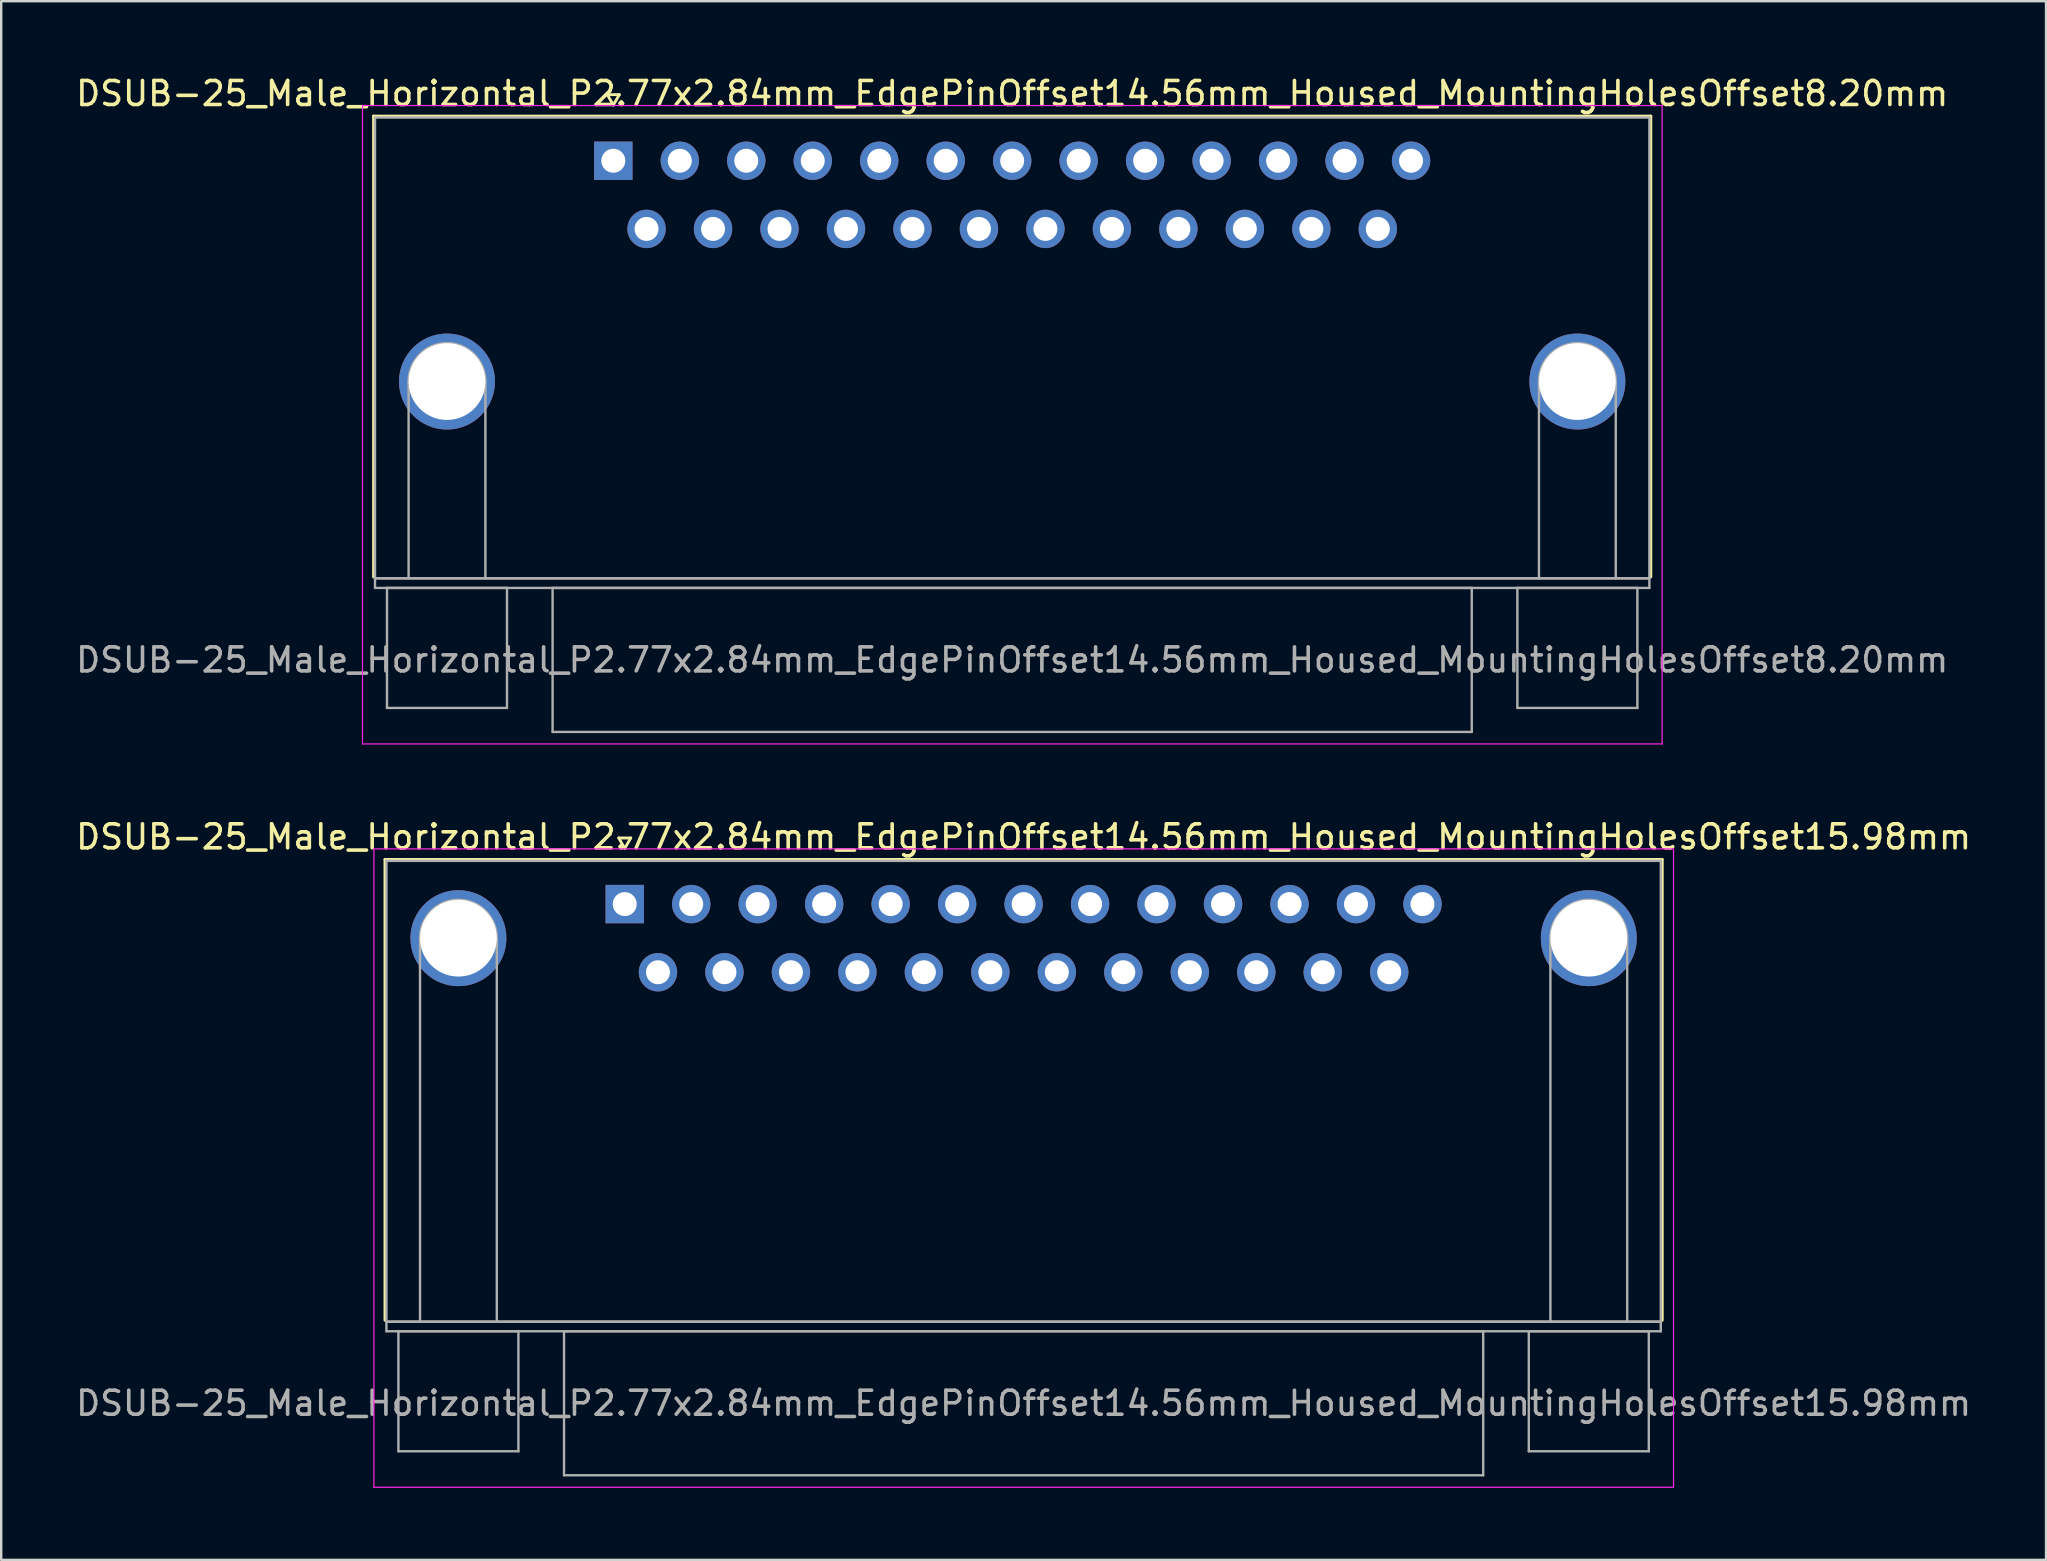
<source format=kicad_pcb>
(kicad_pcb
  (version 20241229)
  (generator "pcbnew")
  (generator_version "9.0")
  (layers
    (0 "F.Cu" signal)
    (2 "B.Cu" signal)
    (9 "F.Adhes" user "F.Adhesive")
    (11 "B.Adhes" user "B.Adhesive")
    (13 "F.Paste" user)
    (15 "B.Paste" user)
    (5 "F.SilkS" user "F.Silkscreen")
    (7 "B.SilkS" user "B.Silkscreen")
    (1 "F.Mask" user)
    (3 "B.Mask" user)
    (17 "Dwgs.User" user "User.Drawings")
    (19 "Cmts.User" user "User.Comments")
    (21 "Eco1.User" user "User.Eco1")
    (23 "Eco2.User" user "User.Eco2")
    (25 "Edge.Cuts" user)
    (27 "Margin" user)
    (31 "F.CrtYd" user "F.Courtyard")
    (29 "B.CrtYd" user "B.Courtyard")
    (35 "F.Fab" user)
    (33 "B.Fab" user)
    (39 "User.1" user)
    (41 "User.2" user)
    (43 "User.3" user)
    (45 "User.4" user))
  (footprint "DSUB-25_Male_Horizontal_P2.77x2.84mm_EdgePinOffset14.56mm_Housed_MountingHolesOffset15.98mm"
    (layer "F.Cu")
    (at 22.981 34.621)
    (property "Reference" "DSUB-25_Male_Horizontal_P2.77x2.84mm_EdgePinOffset14.56mm_Housed_MountingHolesOffset15.98mm" (at 16.62 -2.8 0) (layer "F.SilkS") (effects (font (size 1 1) (thickness 0.15))))
    (attr through_hole)
    (fp_line (start -9.99 -1.86) (end 43.23 -1.86) (stroke (width 0.12) (type solid)) (layer "F.SilkS"))
    (fp_line (start -9.99 17.34) (end -9.99 -1.86) (stroke (width 0.12) (type solid)) (layer "F.SilkS"))
    (fp_line (start -0.25 -2.754) (end 0.25 -2.754) (stroke (width 0.12) (type solid)) (layer "F.SilkS"))
    (fp_line (start 0 -2.321) (end -0.25 -2.754) (stroke (width 0.12) (type solid)) (layer "F.SilkS"))
    (fp_line (start 0.25 -2.754) (end 0 -2.321) (stroke (width 0.12) (type solid)) (layer "F.SilkS"))
    (fp_line (start 43.23 -1.86) (end 43.23 17.34) (stroke (width 0.12) (type solid)) (layer "F.SilkS"))
    (fp_line (start -10.45 -2.3) (end -10.45 24.3) (stroke (width 0.05) (type solid)) (layer "F.CrtYd"))
    (fp_line (start -10.45 24.3) (end 43.7 24.3) (stroke (width 0.05) (type solid)) (layer "F.CrtYd"))
    (fp_line (start 43.7 -2.3) (end -10.45 -2.3) (stroke (width 0.05) (type solid)) (layer "F.CrtYd"))
    (fp_line (start 43.7 24.3) (end 43.7 -2.3) (stroke (width 0.05) (type solid)) (layer "F.CrtYd"))
    (fp_line (start -9.93 -1.8) (end -9.93 17.4) (stroke (width 0.1) (type solid)) (layer "F.Fab"))
    (fp_line (start -9.93 17.4) (end -9.93 17.8) (stroke (width 0.1) (type solid)) (layer "F.Fab"))
    (fp_line (start -9.93 17.4) (end 43.17 17.4) (stroke (width 0.1) (type solid)) (layer "F.Fab"))
    (fp_line (start -9.93 17.8) (end 43.17 17.8) (stroke (width 0.1) (type solid)) (layer "F.Fab"))
    (fp_line (start -9.43 17.8) (end -9.43 22.8) (stroke (width 0.1) (type solid)) (layer "F.Fab"))
    (fp_line (start -9.43 22.8) (end -4.43 22.8) (stroke (width 0.1) (type solid)) (layer "F.Fab"))
    (fp_line (start -8.53 17.4) (end -8.53 1.42) (stroke (width 0.1) (type solid)) (layer "F.Fab"))
    (fp_line (start -5.33 17.4) (end -5.33 1.42) (stroke (width 0.1) (type solid)) (layer "F.Fab"))
    (fp_line (start -4.43 17.8) (end -9.43 17.8) (stroke (width 0.1) (type solid)) (layer "F.Fab"))
    (fp_line (start -4.43 22.8) (end -4.43 17.8) (stroke (width 0.1) (type solid)) (layer "F.Fab"))
    (fp_line (start -2.53 17.8) (end -2.53 23.8) (stroke (width 0.1) (type solid)) (layer "F.Fab"))
    (fp_line (start -2.53 23.8) (end 35.77 23.8) (stroke (width 0.1) (type solid)) (layer "F.Fab"))
    (fp_line (start 35.77 17.8) (end -2.53 17.8) (stroke (width 0.1) (type solid)) (layer "F.Fab"))
    (fp_line (start 35.77 23.8) (end 35.77 17.8) (stroke (width 0.1) (type solid)) (layer "F.Fab"))
    (fp_line (start 37.67 17.8) (end 37.67 22.8) (stroke (width 0.1) (type solid)) (layer "F.Fab"))
    (fp_line (start 37.67 22.8) (end 42.67 22.8) (stroke (width 0.1) (type solid)) (layer "F.Fab"))
    (fp_line (start 38.57 17.4) (end 38.57 1.42) (stroke (width 0.1) (type solid)) (layer "F.Fab"))
    (fp_line (start 41.77 17.4) (end 41.77 1.42) (stroke (width 0.1) (type solid)) (layer "F.Fab"))
    (fp_line (start 42.67 17.8) (end 37.67 17.8) (stroke (width 0.1) (type solid)) (layer "F.Fab"))
    (fp_line (start 42.67 22.8) (end 42.67 17.8) (stroke (width 0.1) (type solid)) (layer "F.Fab"))
    (fp_line (start 43.17 -1.8) (end -9.93 -1.8) (stroke (width 0.1) (type solid)) (layer "F.Fab"))
    (fp_line (start 43.17 17.4) (end -9.93 17.4) (stroke (width 0.1) (type solid)) (layer "F.Fab"))
    (fp_line (start 43.17 17.4) (end 43.17 -1.8) (stroke (width 0.1) (type solid)) (layer "F.Fab"))
    (fp_line (start 43.17 17.8) (end 43.17 17.4) (stroke (width 0.1) (type solid)) (layer "F.Fab"))
    (fp_arc (start -8.53 1.42) (mid -6.93 -0.18) (end -5.33 1.42) (stroke (width 0.1) (type solid)) (layer "F.Fab"))
    (fp_arc (start 38.57 1.42) (mid 40.17 -0.18) (end 41.77 1.42) (stroke (width 0.1) (type solid)) (layer "F.Fab"))
    (fp_text user "${REFERENCE}" (at 16.62 20.8 0) (layer "F.Fab") (effects (font (size 1 1) (thickness 0.15))))
    (pad "0" thru_hole circle (at -6.93 1.42) (size 4 4) (drill 3.2) (layers "*.Cu" "*.Mask"))
    (pad "0" thru_hole circle (at 40.17 1.42) (size 4 4) (drill 3.2) (layers "*.Cu" "*.Mask"))
    (pad "1" thru_hole rect (at 0 0) (size 1.6 1.6) (drill 1) (layers "*.Cu" "*.Mask"))
    (pad "2" thru_hole circle (at 2.77 0) (size 1.6 1.6) (drill 1) (layers "*.Cu" "*.Mask"))
    (pad "3" thru_hole circle (at 5.54 0) (size 1.6 1.6) (drill 1) (layers "*.Cu" "*.Mask"))
    (pad "4" thru_hole circle (at 8.31 0) (size 1.6 1.6) (drill 1) (layers "*.Cu" "*.Mask"))
    (pad "5" thru_hole circle (at 11.08 0) (size 1.6 1.6) (drill 1) (layers "*.Cu" "*.Mask"))
    (pad "6" thru_hole circle (at 13.85 0) (size 1.6 1.6) (drill 1) (layers "*.Cu" "*.Mask"))
    (pad "7" thru_hole circle (at 16.62 0) (size 1.6 1.6) (drill 1) (layers "*.Cu" "*.Mask"))
    (pad "8" thru_hole circle (at 19.39 0) (size 1.6 1.6) (drill 1) (layers "*.Cu" "*.Mask"))
    (pad "9" thru_hole circle (at 22.16 0) (size 1.6 1.6) (drill 1) (layers "*.Cu" "*.Mask"))
    (pad "10" thru_hole circle (at 24.93 0) (size 1.6 1.6) (drill 1) (layers "*.Cu" "*.Mask"))
    (pad "11" thru_hole circle (at 27.7 0) (size 1.6 1.6) (drill 1) (layers "*.Cu" "*.Mask"))
    (pad "12" thru_hole circle (at 30.47 0) (size 1.6 1.6) (drill 1) (layers "*.Cu" "*.Mask"))
    (pad "13" thru_hole circle (at 33.24 0) (size 1.6 1.6) (drill 1) (layers "*.Cu" "*.Mask"))
    (pad "14" thru_hole circle (at 1.385 2.84) (size 1.6 1.6) (drill 1) (layers "*.Cu" "*.Mask"))
    (pad "15" thru_hole circle (at 4.155 2.84) (size 1.6 1.6) (drill 1) (layers "*.Cu" "*.Mask"))
    (pad "16" thru_hole circle (at 6.925 2.84) (size 1.6 1.6) (drill 1) (layers "*.Cu" "*.Mask"))
    (pad "17" thru_hole circle (at 9.695 2.84) (size 1.6 1.6) (drill 1) (layers "*.Cu" "*.Mask"))
    (pad "18" thru_hole circle (at 12.465 2.84) (size 1.6 1.6) (drill 1) (layers "*.Cu" "*.Mask"))
    (pad "19" thru_hole circle (at 15.235 2.84) (size 1.6 1.6) (drill 1) (layers "*.Cu" "*.Mask"))
    (pad "20" thru_hole circle (at 18.005 2.84) (size 1.6 1.6) (drill 1) (layers "*.Cu" "*.Mask"))
    (pad "21" thru_hole circle (at 20.775 2.84) (size 1.6 1.6) (drill 1) (layers "*.Cu" "*.Mask"))
    (pad "22" thru_hole circle (at 23.545 2.84) (size 1.6 1.6) (drill 1) (layers "*.Cu" "*.Mask"))
    (pad "23" thru_hole circle (at 26.315 2.84) (size 1.6 1.6) (drill 1) (layers "*.Cu" "*.Mask"))
    (pad "24" thru_hole circle (at 29.085 2.84) (size 1.6 1.6) (drill 1) (layers "*.Cu" "*.Mask"))
    (pad "25" thru_hole circle (at 31.855 2.84) (size 1.6 1.6) (drill 1) (layers "*.Cu" "*.Mask")))
  (footprint "DSUB-25_Male_Horizontal_P2.77x2.84mm_EdgePinOffset14.56mm_Housed_MountingHolesOffset8.20mm"
    (layer "F.Cu")
    (at 22.505 3.648)
    (property "Reference" "DSUB-25_Male_Horizontal_P2.77x2.84mm_EdgePinOffset14.56mm_Housed_MountingHolesOffset8.20mm" (at 16.62 -2.8 0) (layer "F.SilkS") (effects (font (size 1 1) (thickness 0.15))))
    (attr through_hole)
    (fp_line (start -9.99 -1.86) (end 43.23 -1.86) (stroke (width 0.12) (type solid)) (layer "F.SilkS"))
    (fp_line (start -9.99 17.34) (end -9.99 -1.86) (stroke (width 0.12) (type solid)) (layer "F.SilkS"))
    (fp_line (start -0.25 -2.754) (end 0.25 -2.754) (stroke (width 0.12) (type solid)) (layer "F.SilkS"))
    (fp_line (start 0 -2.321) (end -0.25 -2.754) (stroke (width 0.12) (type solid)) (layer "F.SilkS"))
    (fp_line (start 0.25 -2.754) (end 0 -2.321) (stroke (width 0.12) (type solid)) (layer "F.SilkS"))
    (fp_line (start 43.23 -1.86) (end 43.23 17.34) (stroke (width 0.12) (type solid)) (layer "F.SilkS"))
    (fp_line (start -10.45 -2.3) (end -10.45 24.3) (stroke (width 0.05) (type solid)) (layer "F.CrtYd"))
    (fp_line (start -10.45 24.3) (end 43.7 24.3) (stroke (width 0.05) (type solid)) (layer "F.CrtYd"))
    (fp_line (start 43.7 -2.3) (end -10.45 -2.3) (stroke (width 0.05) (type solid)) (layer "F.CrtYd"))
    (fp_line (start 43.7 24.3) (end 43.7 -2.3) (stroke (width 0.05) (type solid)) (layer "F.CrtYd"))
    (fp_line (start -9.93 -1.8) (end -9.93 17.4) (stroke (width 0.1) (type solid)) (layer "F.Fab"))
    (fp_line (start -9.93 17.4) (end -9.93 17.8) (stroke (width 0.1) (type solid)) (layer "F.Fab"))
    (fp_line (start -9.93 17.4) (end 43.17 17.4) (stroke (width 0.1) (type solid)) (layer "F.Fab"))
    (fp_line (start -9.93 17.8) (end 43.17 17.8) (stroke (width 0.1) (type solid)) (layer "F.Fab"))
    (fp_line (start -9.43 17.8) (end -9.43 22.8) (stroke (width 0.1) (type solid)) (layer "F.Fab"))
    (fp_line (start -9.43 22.8) (end -4.43 22.8) (stroke (width 0.1) (type solid)) (layer "F.Fab"))
    (fp_line (start -8.53 17.4) (end -8.53 9.2) (stroke (width 0.1) (type solid)) (layer "F.Fab"))
    (fp_line (start -5.33 17.4) (end -5.33 9.2) (stroke (width 0.1) (type solid)) (layer "F.Fab"))
    (fp_line (start -4.43 17.8) (end -9.43 17.8) (stroke (width 0.1) (type solid)) (layer "F.Fab"))
    (fp_line (start -4.43 22.8) (end -4.43 17.8) (stroke (width 0.1) (type solid)) (layer "F.Fab"))
    (fp_line (start -2.53 17.8) (end -2.53 23.8) (stroke (width 0.1) (type solid)) (layer "F.Fab"))
    (fp_line (start -2.53 23.8) (end 35.77 23.8) (stroke (width 0.1) (type solid)) (layer "F.Fab"))
    (fp_line (start 35.77 17.8) (end -2.53 17.8) (stroke (width 0.1) (type solid)) (layer "F.Fab"))
    (fp_line (start 35.77 23.8) (end 35.77 17.8) (stroke (width 0.1) (type solid)) (layer "F.Fab"))
    (fp_line (start 37.67 17.8) (end 37.67 22.8) (stroke (width 0.1) (type solid)) (layer "F.Fab"))
    (fp_line (start 37.67 22.8) (end 42.67 22.8) (stroke (width 0.1) (type solid)) (layer "F.Fab"))
    (fp_line (start 38.57 17.4) (end 38.57 9.2) (stroke (width 0.1) (type solid)) (layer "F.Fab"))
    (fp_line (start 41.77 17.4) (end 41.77 9.2) (stroke (width 0.1) (type solid)) (layer "F.Fab"))
    (fp_line (start 42.67 17.8) (end 37.67 17.8) (stroke (width 0.1) (type solid)) (layer "F.Fab"))
    (fp_line (start 42.67 22.8) (end 42.67 17.8) (stroke (width 0.1) (type solid)) (layer "F.Fab"))
    (fp_line (start 43.17 -1.8) (end -9.93 -1.8) (stroke (width 0.1) (type solid)) (layer "F.Fab"))
    (fp_line (start 43.17 17.4) (end -9.93 17.4) (stroke (width 0.1) (type solid)) (layer "F.Fab"))
    (fp_line (start 43.17 17.4) (end 43.17 -1.8) (stroke (width 0.1) (type solid)) (layer "F.Fab"))
    (fp_line (start 43.17 17.8) (end 43.17 17.4) (stroke (width 0.1) (type solid)) (layer "F.Fab"))
    (fp_arc (start -8.53 9.2) (mid -6.93 7.6) (end -5.33 9.2) (stroke (width 0.1) (type solid)) (layer "F.Fab"))
    (fp_arc (start 38.57 9.2) (mid 40.17 7.6) (end 41.77 9.2) (stroke (width 0.1) (type solid)) (layer "F.Fab"))
    (fp_text user "${REFERENCE}" (at 16.62 20.8 0) (layer "F.Fab") (effects (font (size 1 1) (thickness 0.15))))
    (pad "0" thru_hole circle (at -6.93 9.2) (size 4 4) (drill 3.2) (layers "*.Cu" "*.Mask"))
    (pad "0" thru_hole circle (at 40.17 9.2) (size 4 4) (drill 3.2) (layers "*.Cu" "*.Mask"))
    (pad "1" thru_hole rect (at 0 0) (size 1.6 1.6) (drill 1) (layers "*.Cu" "*.Mask"))
    (pad "2" thru_hole circle (at 2.77 0) (size 1.6 1.6) (drill 1) (layers "*.Cu" "*.Mask"))
    (pad "3" thru_hole circle (at 5.54 0) (size 1.6 1.6) (drill 1) (layers "*.Cu" "*.Mask"))
    (pad "4" thru_hole circle (at 8.31 0) (size 1.6 1.6) (drill 1) (layers "*.Cu" "*.Mask"))
    (pad "5" thru_hole circle (at 11.08 0) (size 1.6 1.6) (drill 1) (layers "*.Cu" "*.Mask"))
    (pad "6" thru_hole circle (at 13.85 0) (size 1.6 1.6) (drill 1) (layers "*.Cu" "*.Mask"))
    (pad "7" thru_hole circle (at 16.62 0) (size 1.6 1.6) (drill 1) (layers "*.Cu" "*.Mask"))
    (pad "8" thru_hole circle (at 19.39 0) (size 1.6 1.6) (drill 1) (layers "*.Cu" "*.Mask"))
    (pad "9" thru_hole circle (at 22.16 0) (size 1.6 1.6) (drill 1) (layers "*.Cu" "*.Mask"))
    (pad "10" thru_hole circle (at 24.93 0) (size 1.6 1.6) (drill 1) (layers "*.Cu" "*.Mask"))
    (pad "11" thru_hole circle (at 27.7 0) (size 1.6 1.6) (drill 1) (layers "*.Cu" "*.Mask"))
    (pad "12" thru_hole circle (at 30.47 0) (size 1.6 1.6) (drill 1) (layers "*.Cu" "*.Mask"))
    (pad "13" thru_hole circle (at 33.24 0) (size 1.6 1.6) (drill 1) (layers "*.Cu" "*.Mask"))
    (pad "14" thru_hole circle (at 1.385 2.84) (size 1.6 1.6) (drill 1) (layers "*.Cu" "*.Mask"))
    (pad "15" thru_hole circle (at 4.155 2.84) (size 1.6 1.6) (drill 1) (layers "*.Cu" "*.Mask"))
    (pad "16" thru_hole circle (at 6.925 2.84) (size 1.6 1.6) (drill 1) (layers "*.Cu" "*.Mask"))
    (pad "17" thru_hole circle (at 9.695 2.84) (size 1.6 1.6) (drill 1) (layers "*.Cu" "*.Mask"))
    (pad "18" thru_hole circle (at 12.465 2.84) (size 1.6 1.6) (drill 1) (layers "*.Cu" "*.Mask"))
    (pad "19" thru_hole circle (at 15.235 2.84) (size 1.6 1.6) (drill 1) (layers "*.Cu" "*.Mask"))
    (pad "20" thru_hole circle (at 18.005 2.84) (size 1.6 1.6) (drill 1) (layers "*.Cu" "*.Mask"))
    (pad "21" thru_hole circle (at 20.775 2.84) (size 1.6 1.6) (drill 1) (layers "*.Cu" "*.Mask"))
    (pad "22" thru_hole circle (at 23.545 2.84) (size 1.6 1.6) (drill 1) (layers "*.Cu" "*.Mask"))
    (pad "23" thru_hole circle (at 26.315 2.84) (size 1.6 1.6) (drill 1) (layers "*.Cu" "*.Mask"))
    (pad "24" thru_hole circle (at 29.085 2.84) (size 1.6 1.6) (drill 1) (layers "*.Cu" "*.Mask"))
    (pad "25" thru_hole circle (at 31.855 2.84) (size 1.6 1.6) (drill 1) (layers "*.Cu" "*.Mask")))
  (gr_rect
    (start -3 -3)
    (end 82.202 61.947)
    (stroke (width 0.1) (type default))
    (fill no)
    (layer "Edge.Cuts")))
</source>
